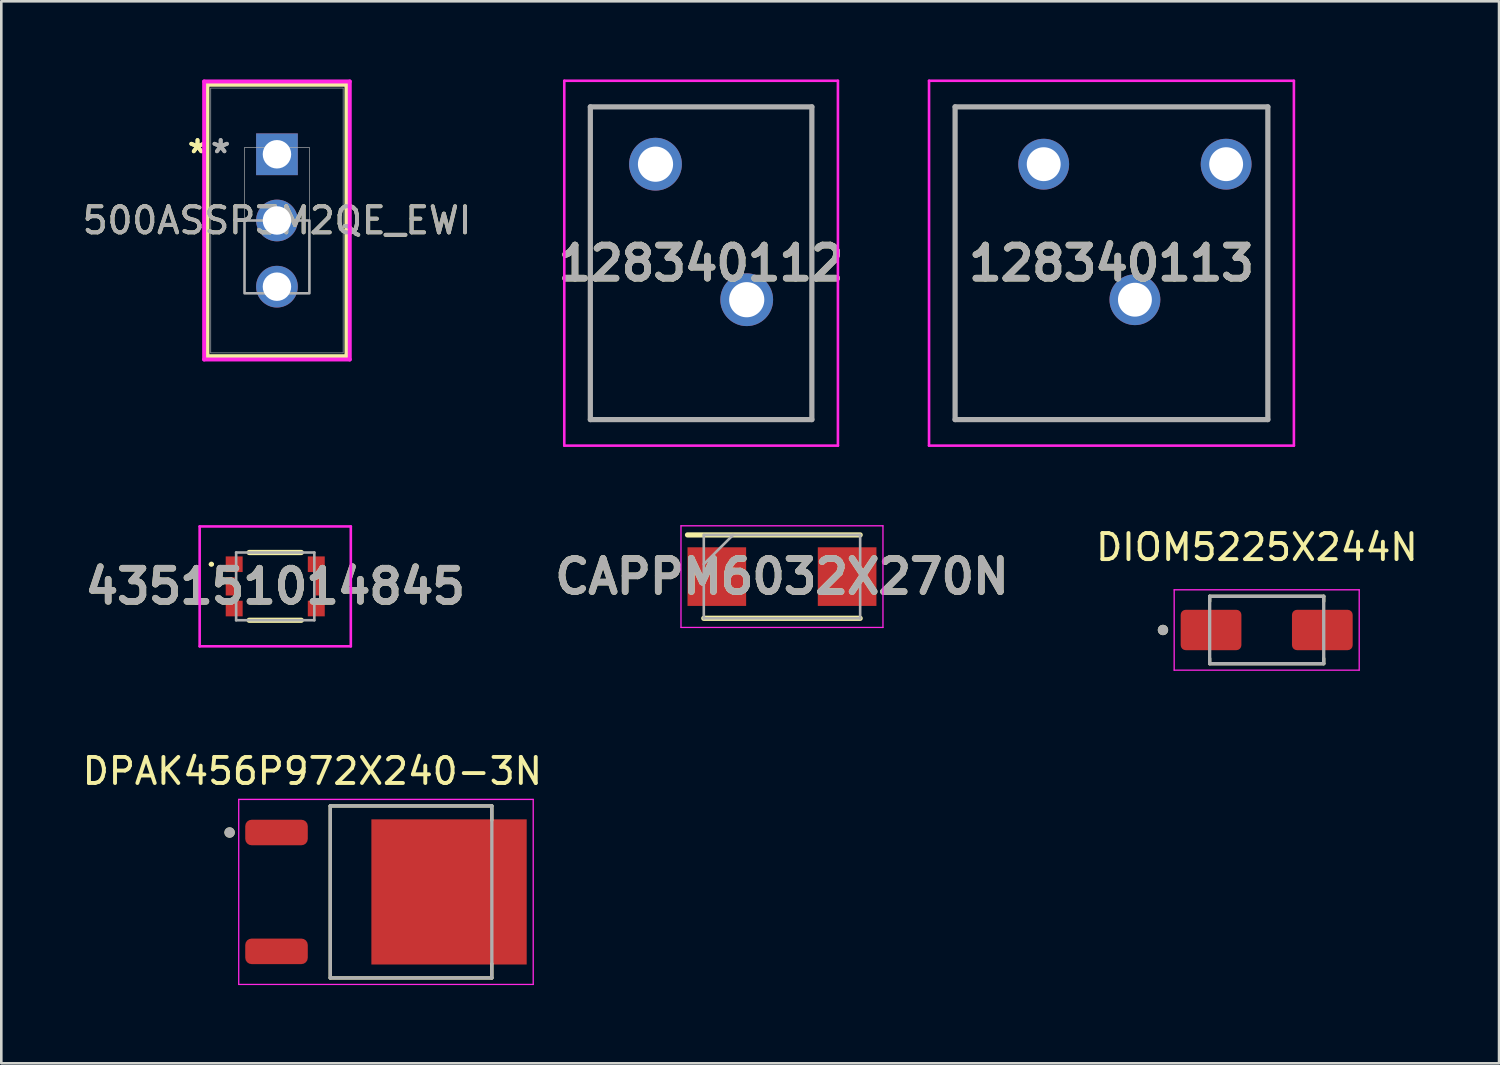
<source format=kicad_pcb>
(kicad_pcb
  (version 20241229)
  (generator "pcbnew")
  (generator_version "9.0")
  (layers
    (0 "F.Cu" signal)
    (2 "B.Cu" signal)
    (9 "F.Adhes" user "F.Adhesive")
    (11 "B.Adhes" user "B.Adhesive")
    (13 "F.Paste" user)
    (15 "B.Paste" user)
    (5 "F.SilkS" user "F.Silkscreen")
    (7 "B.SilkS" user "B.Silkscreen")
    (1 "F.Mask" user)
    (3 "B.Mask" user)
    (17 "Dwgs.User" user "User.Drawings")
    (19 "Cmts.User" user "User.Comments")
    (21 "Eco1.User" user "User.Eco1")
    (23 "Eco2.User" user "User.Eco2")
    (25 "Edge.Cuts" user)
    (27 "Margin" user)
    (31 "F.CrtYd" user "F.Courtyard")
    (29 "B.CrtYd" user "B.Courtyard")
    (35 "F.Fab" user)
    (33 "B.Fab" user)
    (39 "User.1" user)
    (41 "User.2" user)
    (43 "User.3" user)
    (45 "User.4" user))
  (footprint "DPAK456P972X240-3N"
    (layer "F.Cu")
    (at 11.76 31.174)
    (property "Reference" "DPAK456P972X240-3N" (at -2.825 -4.635 0) (layer "F.SilkS") (effects (font (size 1 1) (thickness 0.15))))
    (attr smd)
    (fp_line (start -2.138 -3.3) (end 4.062 -3.3) (stroke (width 0.127) (type solid)) (layer "F.SilkS"))
    (fp_line (start -2.138 3.3) (end -2.138 -3.3) (stroke (width 0.127) (type solid)) (layer "F.SilkS"))
    (fp_line (start 4.062 -2.755) (end 4.062 -3.3) (stroke (width 0.127) (type solid)) (layer "F.SilkS"))
    (fp_line (start 4.062 3.3) (end -2.138 3.3) (stroke (width 0.127) (type solid)) (layer "F.SilkS"))
    (fp_line (start 4.062 3.3) (end 4.062 2.755) (stroke (width 0.127) (type solid)) (layer "F.SilkS"))
    (fp_circle (center -6 -2.28) (end -5.9 -2.28) (stroke (width 0.2) (type solid)) (fill no) (layer "F.SilkS"))
    (fp_poly (pts (xy -0.03 -2.26) (xy 1.89 -2.26) (xy 1.89 -0.53) (xy -0.03 -0.53)) (stroke (width 0.01) (type solid)) (fill yes) (layer "F.Paste"))
    (fp_poly (pts (xy -0.03 0.53) (xy 1.89 0.53) (xy 1.89 2.26) (xy -0.03 2.26)) (stroke (width 0.01) (type solid)) (fill yes) (layer "F.Paste"))
    (fp_poly (pts (xy 2.95 -2.26) (xy 4.87 -2.26) (xy 4.87 -0.53) (xy 2.95 -0.53)) (stroke (width 0.01) (type solid)) (fill yes) (layer "F.Paste"))
    (fp_poly (pts (xy 2.95 0.53) (xy 4.87 0.53) (xy 4.87 2.26) (xy 2.95 2.26)) (stroke (width 0.01) (type solid)) (fill yes) (layer "F.Paste"))
    (fp_line (start -5.65 -3.55) (end 5.65 -3.55) (stroke (width 0.05) (type solid)) (layer "F.CrtYd"))
    (fp_line (start -5.65 3.55) (end -5.65 -3.55) (stroke (width 0.05) (type solid)) (layer "F.CrtYd"))
    (fp_line (start 5.65 -3.55) (end 5.65 3.55) (stroke (width 0.05) (type solid)) (layer "F.CrtYd"))
    (fp_line (start 5.65 3.55) (end -5.65 3.55) (stroke (width 0.05) (type solid)) (layer "F.CrtYd"))
    (fp_line (start -2.138 -3.3) (end 4.062 -3.3) (stroke (width 0.127) (type solid)) (layer "F.Fab"))
    (fp_line (start -2.138 3.3) (end -2.138 -3.3) (stroke (width 0.127) (type solid)) (layer "F.Fab"))
    (fp_line (start 4.062 -3.3) (end 4.062 3.3) (stroke (width 0.127) (type solid)) (layer "F.Fab"))
    (fp_line (start 4.062 3.3) (end -2.138 3.3) (stroke (width 0.127) (type solid)) (layer "F.Fab"))
    (fp_circle (center -6 -2.28) (end -5.9 -2.28) (stroke (width 0.2) (type solid)) (fill no) (layer "F.Fab"))
    (pad "1" smd roundrect (at -4.2 -2.28) (size 2.4 0.98) (layers "F.Cu" "F.Mask" "F.Paste") (roundrect_rratio 0.25))
    (pad "2" smd roundrect (at -4.2 2.28) (size 2.4 0.98) (layers "F.Cu" "F.Mask" "F.Paste") (roundrect_rratio 0.25))
    (pad "3" smd rect (at 2.42 0) (size 5.96 5.57) (layers "F.Cu" "F.Mask")))
  (footprint "CAPPM6032X270N"
    (layer "F.Cu")
    (at 26.955 19.075)
    (property "Reference" "CAPPM6032X270N" (at 0 0 0) (layer "F.SilkS") (effects (font (size 1.27 1.27) (thickness 0.254))))
    (attr smd)
    (fp_line (start -3 1.6) (end 3 1.6) (stroke (width 0.2) (type solid)) (layer "F.SilkS"))
    (fp_line (start 3 -1.6) (end -3.625 -1.6) (stroke (width 0.2) (type solid)) (layer "F.SilkS"))
    (fp_line (start -3.875 -1.95) (end 3.875 -1.95) (stroke (width 0.05) (type solid)) (layer "F.CrtYd"))
    (fp_line (start -3.875 1.95) (end -3.875 -1.95) (stroke (width 0.05) (type solid)) (layer "F.CrtYd"))
    (fp_line (start 3.875 -1.95) (end 3.875 1.95) (stroke (width 0.05) (type solid)) (layer "F.CrtYd"))
    (fp_line (start 3.875 1.95) (end -3.875 1.95) (stroke (width 0.05) (type solid)) (layer "F.CrtYd"))
    (fp_line (start -3 -1.6) (end 3 -1.6) (stroke (width 0.1) (type solid)) (layer "F.Fab"))
    (fp_line (start -3 -0.475) (end -1.875 -1.6) (stroke (width 0.1) (type solid)) (layer "F.Fab"))
    (fp_line (start -3 1.6) (end -3 -1.6) (stroke (width 0.1) (type solid)) (layer "F.Fab"))
    (fp_line (start 3 -1.6) (end 3 1.6) (stroke (width 0.1) (type solid)) (layer "F.Fab"))
    (fp_line (start 3 1.6) (end -3 1.6) (stroke (width 0.1) (type solid)) (layer "F.Fab"))
    (fp_text user "${REFERENCE}" (at 0 0 0) (layer "F.Fab") (effects (font (size 1.27 1.27) (thickness 0.254))))
    (pad "1" smd rect (at -2.5 0 90) (size 2.25 2.25) (layers "F.Cu" "F.Mask" "F.Paste"))
    (pad "2" smd rect (at 2.5 0 90) (size 2.25 2.25) (layers "F.Cu" "F.Mask" "F.Paste")))
  (footprint "435151014845"
    (layer "F.Cu")
    (at 7.511 19.45)
    (property "Reference" "435151014845" (at 0 0 0) (layer "F.SilkS") (effects (font (size 1.27 1.27) (thickness 0.254))))
    (attr smd)
    (fp_line (start -2.5 -0.85) (end -2.5 -0.85) (stroke (width 0.1) (type solid)) (layer "F.SilkS"))
    (fp_line (start -2.4 -0.85) (end -2.4 -0.85) (stroke (width 0.1) (type solid)) (layer "F.SilkS"))
    (fp_line (start -1 -1.3) (end 1 -1.3) (stroke (width 0.2) (type solid)) (layer "F.SilkS"))
    (fp_line (start -1 1.3) (end 1 1.3) (stroke (width 0.2) (type solid)) (layer "F.SilkS"))
    (fp_arc (start -2.5 -0.85) (mid -2.45 -0.9) (end -2.4 -0.85) (stroke (width 0.1) (type solid)) (layer "F.SilkS"))
    (fp_arc (start -2.4 -0.85) (mid -2.45 -0.8) (end -2.5 -0.85) (stroke (width 0.1) (type solid)) (layer "F.SilkS"))
    (fp_line (start -2.9 -2.3) (end 2.9 -2.3) (stroke (width 0.1) (type solid)) (layer "F.CrtYd"))
    (fp_line (start -2.9 2.3) (end -2.9 -2.3) (stroke (width 0.1) (type solid)) (layer "F.CrtYd"))
    (fp_line (start 2.9 -2.3) (end 2.9 2.3) (stroke (width 0.1) (type solid)) (layer "F.CrtYd"))
    (fp_line (start 2.9 2.3) (end -2.9 2.3) (stroke (width 0.1) (type solid)) (layer "F.CrtYd"))
    (fp_line (start -1.5 -1.3) (end 1.5 -1.3) (stroke (width 0.1) (type solid)) (layer "F.Fab"))
    (fp_line (start -1.5 1.3) (end -1.5 -1.3) (stroke (width 0.1) (type solid)) (layer "F.Fab"))
    (fp_line (start 1.5 -1.3) (end 1.5 1.3) (stroke (width 0.1) (type solid)) (layer "F.Fab"))
    (fp_line (start 1.5 1.3) (end -1.5 1.3) (stroke (width 0.1) (type solid)) (layer "F.Fab"))
    (fp_text user "${REFERENCE}" (at 0 0 0) (layer "F.Fab") (effects (font (size 1.27 1.27) (thickness 0.254))))
    (pad "1" smd rect (at -1.575 -0.85 90) (size 0.6 0.65) (layers "F.Cu" "F.Mask" "F.Paste"))
    (pad "2" smd rect (at 1.575 -0.85 90) (size 0.6 0.65) (layers "F.Cu" "F.Mask" "F.Paste"))
    (pad "3" smd rect (at -1.575 0.85 90) (size 0.6 0.65) (layers "F.Cu" "F.Mask" "F.Paste"))
    (pad "4" smd rect (at 1.575 0.85 90) (size 0.6 0.65) (layers "F.Cu" "F.Mask" "F.Paste"))
    (pad "5" smd rect (at -1.725 0) (size 0.35 0.7) (layers "F.Cu" "F.Mask" "F.Paste"))
    (pad "6" smd rect (at 1.725 0) (size 0.35 0.7) (layers "F.Cu" "F.Mask" "F.Paste")))
  (footprint "128340113"
    (layer "F.Cu")
    (at 36.998 3.25)
    (property "Reference" "128340113" (at 2.6 3.8 0) (layer "F.SilkS") (effects (font (size 1.27 1.27) (thickness 0.254))))
    (attr through_hole)
    (fp_line (start -3.4 -2.2) (end -3.4 9.8) (stroke (width 0.1) (type solid)) (layer "F.SilkS"))
    (fp_line (start -3.4 9.8) (end 8.6 9.8) (stroke (width 0.1) (type solid)) (layer "F.SilkS"))
    (fp_line (start 8.6 -2.2) (end -3.4 -2.2) (stroke (width 0.1) (type solid)) (layer "F.SilkS"))
    (fp_line (start 8.6 9.8) (end 8.6 -2.2) (stroke (width 0.1) (type solid)) (layer "F.SilkS"))
    (fp_line (start -4.4 -3.2) (end 9.6 -3.2) (stroke (width 0.1) (type solid)) (layer "F.CrtYd"))
    (fp_line (start -4.4 10.8) (end -4.4 -3.2) (stroke (width 0.1) (type solid)) (layer "F.CrtYd"))
    (fp_line (start 9.6 -3.2) (end 9.6 10.8) (stroke (width 0.1) (type solid)) (layer "F.CrtYd"))
    (fp_line (start 9.6 10.8) (end -4.4 10.8) (stroke (width 0.1) (type solid)) (layer "F.CrtYd"))
    (fp_line (start -3.4 -2.2) (end -3.4 9.8) (stroke (width 0.2) (type solid)) (layer "F.Fab"))
    (fp_line (start -3.4 9.8) (end 8.6 9.8) (stroke (width 0.2) (type solid)) (layer "F.Fab"))
    (fp_line (start 8.6 -2.2) (end -3.4 -2.2) (stroke (width 0.2) (type solid)) (layer "F.Fab"))
    (fp_line (start 8.6 9.8) (end 8.6 -2.2) (stroke (width 0.2) (type solid)) (layer "F.Fab"))
    (fp_text user "${REFERENCE}" (at 2.6 3.8 0) (layer "F.Fab") (effects (font (size 1.27 1.27) (thickness 0.254))))
    (pad "1" thru_hole circle (at 0 0) (size 1.95 1.95) (drill 1.3) (layers "*.Cu" "*.Mask"))
    (pad "2" thru_hole circle (at 3.5 5.2) (size 1.95 1.95) (drill 1.3) (layers "*.Cu" "*.Mask"))
    (pad "3" thru_hole circle (at 7 0) (size 1.95 1.95) (drill 1.3) (layers "*.Cu" "*.Mask")))
  (footprint "DIOM5225X244N"
    (layer "F.Cu")
    (at 45.554 21.123)
    (property "Reference" "DIOM5225X244N" (at -0.375 -3.175 0) (layer "F.SilkS") (effects (font (size 1 1) (thickness 0.15))))
    (attr smd)
    (fp_line (start -2.188 -1.292) (end -2.188 -1.095) (stroke (width 0.127) (type solid)) (layer "F.SilkS"))
    (fp_line (start -2.188 1.292) (end -2.188 1.095) (stroke (width 0.127) (type solid)) (layer "F.SilkS"))
    (fp_line (start -2.188 1.292) (end 2.188 1.292) (stroke (width 0.127) (type solid)) (layer "F.SilkS"))
    (fp_line (start 2.188 -1.292) (end -2.188 -1.292) (stroke (width 0.127) (type solid)) (layer "F.SilkS"))
    (fp_line (start 2.188 -1.095) (end 2.188 -1.292) (stroke (width 0.127) (type solid)) (layer "F.SilkS"))
    (fp_line (start 2.188 1.292) (end 2.188 1.095) (stroke (width 0.127) (type solid)) (layer "F.SilkS"))
    (fp_circle (center -3.98 0) (end -3.88 0) (stroke (width 0.2) (type solid)) (fill no) (layer "F.SilkS"))
    (fp_line (start -3.55 -1.542) (end -3.55 1.542) (stroke (width 0.05) (type solid)) (layer "F.CrtYd"))
    (fp_line (start -3.55 1.542) (end 3.55 1.542) (stroke (width 0.05) (type solid)) (layer "F.CrtYd"))
    (fp_line (start 3.55 -1.542) (end -3.55 -1.542) (stroke (width 0.05) (type solid)) (layer "F.CrtYd"))
    (fp_line (start 3.55 1.542) (end 3.55 -1.542) (stroke (width 0.05) (type solid)) (layer "F.CrtYd"))
    (fp_line (start -2.188 -1.292) (end -2.188 1.292) (stroke (width 0.127) (type solid)) (layer "F.Fab"))
    (fp_line (start -2.188 1.292) (end 2.188 1.292) (stroke (width 0.127) (type solid)) (layer "F.Fab"))
    (fp_line (start 2.188 -1.292) (end -2.188 -1.292) (stroke (width 0.127) (type solid)) (layer "F.Fab"))
    (fp_line (start 2.188 1.292) (end 2.188 -1.292) (stroke (width 0.127) (type solid)) (layer "F.Fab"))
    (fp_circle (center -3.98 0) (end -3.88 0) (stroke (width 0.2) (type solid)) (fill no) (layer "F.Fab"))
    (pad "A" smd roundrect (at 2.135 0) (size 2.33 1.55) (layers "F.Cu" "F.Mask" "F.Paste") (roundrect_rratio 0.125))
    (pad "C" smd roundrect (at -2.135 0) (size 2.33 1.55) (layers "F.Cu" "F.Mask" "F.Paste") (roundrect_rratio 0.125)))
  (footprint "500ASSP3M2QE_EWI"
    (layer "F.Cu")
    (at 7.577 2.87)
    (property "Reference" "500ASSP3M2QE_EWI" (at 0 2.54 0) (unlocked yes) (layer "F.SilkS") (effects (font (size 1 1) (thickness 0.15))))
    (attr through_hole)
    (fp_line (start -2.667 -2.667) (end -2.667 7.747) (stroke (width 0.152) (type solid)) (layer "F.SilkS"))
    (fp_line (start -2.667 7.747) (end 2.667 7.747) (stroke (width 0.152) (type solid)) (layer "F.SilkS"))
    (fp_line (start 2.667 -2.667) (end -2.667 -2.667) (stroke (width 0.152) (type solid)) (layer "F.SilkS"))
    (fp_line (start 2.667 7.747) (end 2.667 -2.667) (stroke (width 0.152) (type solid)) (layer "F.SilkS"))
    (fp_line (start -2.794 -2.794) (end -2.794 7.874) (stroke (width 0.152) (type solid)) (layer "F.CrtYd"))
    (fp_line (start -2.794 7.874) (end 2.794 7.874) (stroke (width 0.152) (type solid)) (layer "F.CrtYd"))
    (fp_line (start 2.794 -2.794) (end -2.794 -2.794) (stroke (width 0.152) (type solid)) (layer "F.CrtYd"))
    (fp_line (start 2.794 7.874) (end 2.794 -2.794) (stroke (width 0.152) (type solid)) (layer "F.CrtYd"))
    (fp_line (start -2.54 -2.54) (end -2.54 7.62) (stroke (width 0.025) (type solid)) (layer "F.Fab"))
    (fp_line (start -2.54 7.62) (end 2.54 7.62) (stroke (width 0.025) (type solid)) (layer "F.Fab"))
    (fp_line (start -1.245 -0.254) (end 1.245 -0.254) (stroke (width 0.025) (type solid)) (layer "F.Fab"))
    (fp_line (start -1.245 5.334) (end -1.245 -0.254) (stroke (width 0.025) (type solid)) (layer "F.Fab"))
    (fp_line (start 1.245 -0.254) (end 1.245 5.334) (stroke (width 0.025) (type solid)) (layer "F.Fab"))
    (fp_line (start 1.245 5.334) (end -1.245 5.334) (stroke (width 0.025) (type solid)) (layer "F.Fab"))
    (fp_line (start 2.54 -2.54) (end -2.54 -2.54) (stroke (width 0.025) (type solid)) (layer "F.Fab"))
    (fp_line (start 2.54 7.62) (end 2.54 -2.54) (stroke (width 0.025) (type solid)) (layer "F.Fab"))
    (fp_poly (pts (xy -1.245 5.334) (xy -1.245 2.54) (xy 1.245 2.54) (xy 1.245 5.334)) (stroke (width 0.1) (type solid)) (fill no) (layer "F.Fab"))
    (fp_text user "*" (at -3.048 0 0) (layer "F.SilkS") (effects (font (size 1 1) (thickness 0.15))))
    (fp_text user "*" (at -3.048 0 0) (unlocked yes) (layer "F.SilkS") (effects (font (size 1 1) (thickness 0.15))))
    (fp_text user "*" (at -2.159 0 0) (layer "F.Fab") (effects (font (size 1 1) (thickness 0.15))))
    (fp_text user "*" (at -2.159 0 0) (unlocked yes) (layer "F.Fab") (effects (font (size 1 1) (thickness 0.15))))
    (fp_text user "${REFERENCE}" (at 0 2.54 0) (unlocked yes) (layer "F.Fab") (effects (font (size 1 1) (thickness 0.15))))
    (pad "1" thru_hole rect (at 0 0) (size 1.6 1.6) (drill 1.092) (layers "*.Cu" "*.Mask"))
    (pad "2" thru_hole circle (at 0 2.54) (size 1.6 1.6) (drill 1.092) (layers "*.Cu" "*.Mask"))
    (pad "3" thru_hole circle (at 0 5.08) (size 1.6 1.6) (drill 1.092) (layers "*.Cu" "*.Mask")))
  (footprint "128340112"
    (layer "F.Cu")
    (at 23.852 7.05)
    (property "Reference" "128340112" (at 0 0 0) (layer "F.SilkS") (effects (font (size 1.27 1.27) (thickness 0.254))))
    (attr through_hole)
    (fp_line (start -4.25 -6) (end 4.25 -6) (stroke (width 0.1) (type solid)) (layer "F.SilkS"))
    (fp_line (start -4.25 6) (end -4.25 -6) (stroke (width 0.1) (type solid)) (layer "F.SilkS"))
    (fp_line (start 4.25 -6) (end 4.25 6) (stroke (width 0.1) (type solid)) (layer "F.SilkS"))
    (fp_line (start 4.25 6) (end -4.25 6) (stroke (width 0.1) (type solid)) (layer "F.SilkS"))
    (fp_line (start -5.25 -7) (end 5.25 -7) (stroke (width 0.1) (type solid)) (layer "F.CrtYd"))
    (fp_line (start -5.25 7) (end -5.25 -7) (stroke (width 0.1) (type solid)) (layer "F.CrtYd"))
    (fp_line (start 5.25 -7) (end 5.25 7) (stroke (width 0.1) (type solid)) (layer "F.CrtYd"))
    (fp_line (start 5.25 7) (end -5.25 7) (stroke (width 0.1) (type solid)) (layer "F.CrtYd"))
    (fp_line (start -4.25 -6) (end 4.25 -6) (stroke (width 0.2) (type solid)) (layer "F.Fab"))
    (fp_line (start -4.25 6) (end -4.25 -6) (stroke (width 0.2) (type solid)) (layer "F.Fab"))
    (fp_line (start 4.25 -6) (end 4.25 6) (stroke (width 0.2) (type solid)) (layer "F.Fab"))
    (fp_line (start 4.25 6) (end -4.25 6) (stroke (width 0.2) (type solid)) (layer "F.Fab"))
    (fp_text user "${REFERENCE}" (at 0 0 0) (layer "F.Fab") (effects (font (size 1.27 1.27) (thickness 0.254))))
    (pad "1" thru_hole circle (at -1.75 -3.8) (size 2.025 2.025) (drill 1.35) (layers "*.Cu" "*.Mask"))
    (pad "2" thru_hole circle (at 1.75 1.4) (size 2.025 2.025) (drill 1.35) (layers "*.Cu" "*.Mask")))
  (gr_rect
    (start -3 -3)
    (end 54.47 37.749)
    (stroke (width 0.1) (type default))
    (fill no)
    (layer "Edge.Cuts")))
</source>
